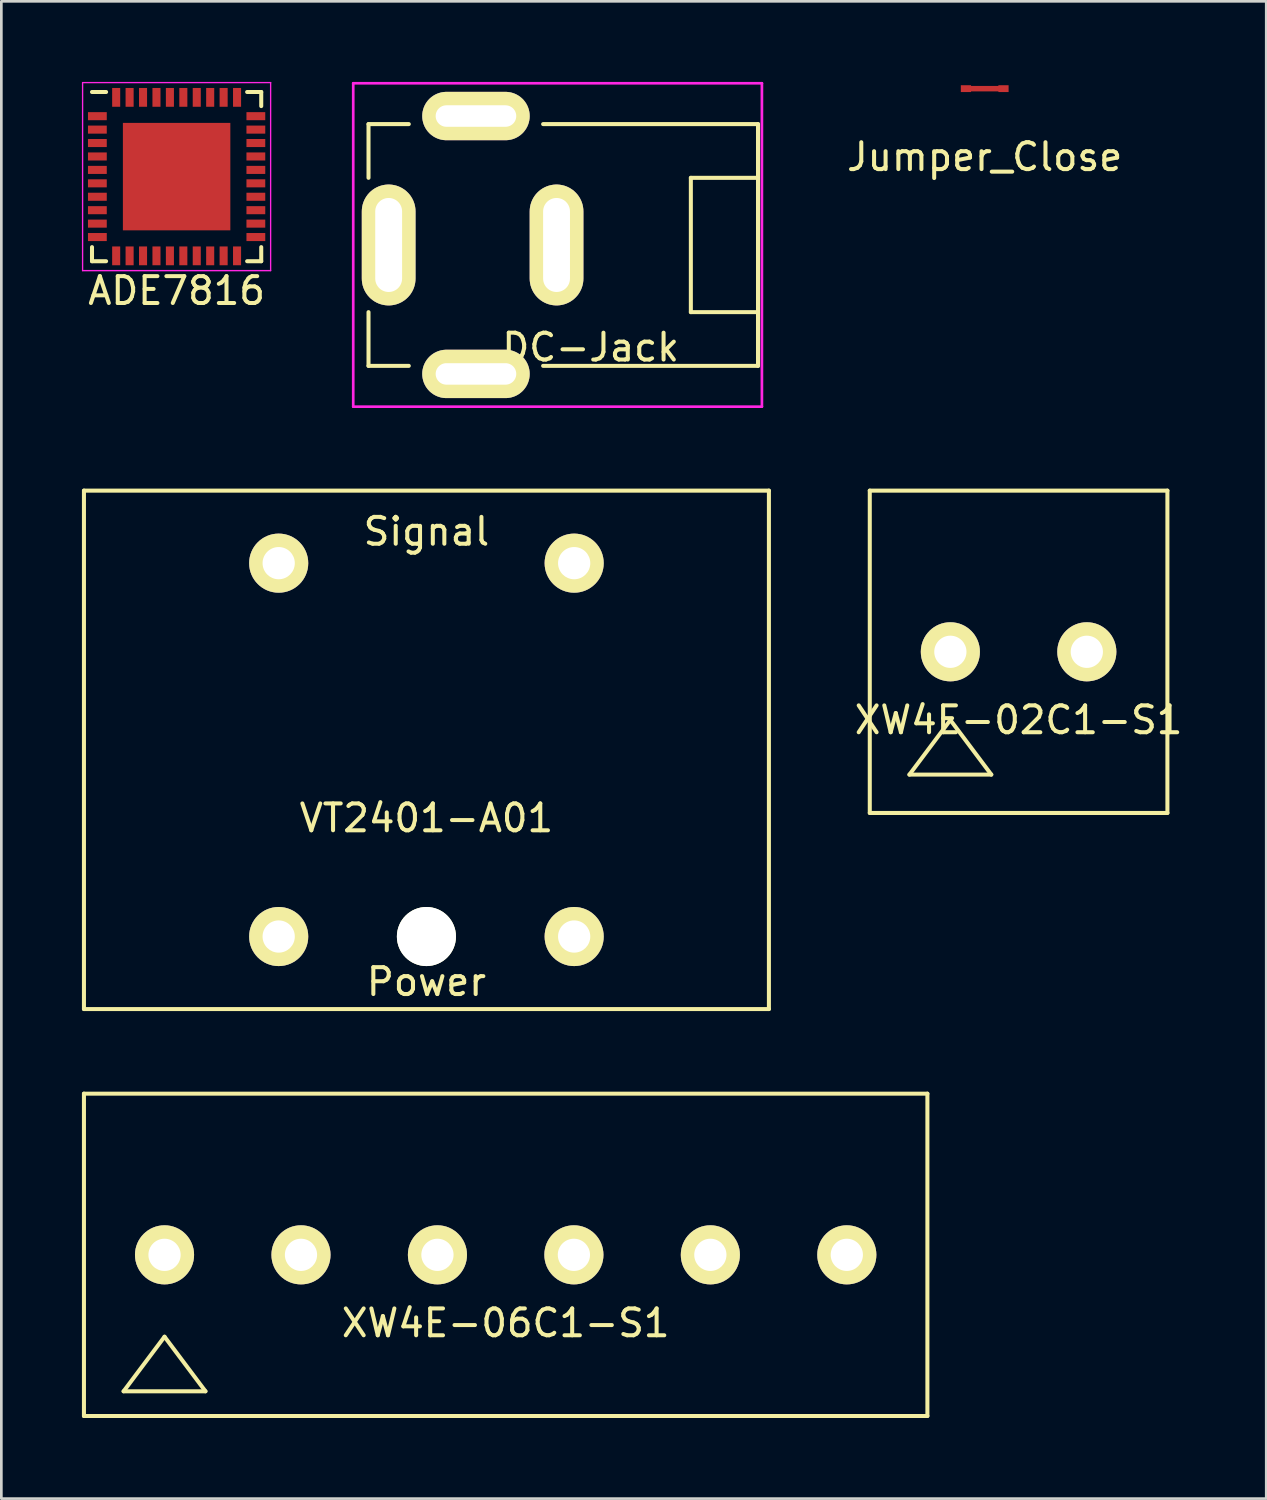
<source format=kicad_pcb>
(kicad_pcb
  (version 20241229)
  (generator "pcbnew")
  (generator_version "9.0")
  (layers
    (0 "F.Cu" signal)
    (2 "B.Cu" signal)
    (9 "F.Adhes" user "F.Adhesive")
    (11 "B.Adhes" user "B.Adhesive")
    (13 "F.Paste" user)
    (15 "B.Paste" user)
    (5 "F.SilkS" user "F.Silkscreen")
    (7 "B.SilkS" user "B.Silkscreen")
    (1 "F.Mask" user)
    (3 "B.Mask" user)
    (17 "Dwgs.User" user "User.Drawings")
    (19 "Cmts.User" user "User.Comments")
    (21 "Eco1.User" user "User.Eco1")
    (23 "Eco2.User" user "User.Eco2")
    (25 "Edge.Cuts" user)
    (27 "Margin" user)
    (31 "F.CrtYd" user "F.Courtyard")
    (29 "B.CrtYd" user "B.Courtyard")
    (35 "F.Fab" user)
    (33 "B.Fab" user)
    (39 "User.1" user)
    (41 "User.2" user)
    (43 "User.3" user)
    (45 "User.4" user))
  (footprint "Jumper_Close"
    (layer "F.Cu")
    (at 33.609 0.25)
    (property "Reference" "Jumper_Close" (at 0 2.54 0) (layer "F.SilkS") (effects (font (size 1 1) (thickness 0.15))))
    (attr through_hole)
    (fp_line (start 0.508 0) (end -0.508 0) (stroke (width 0.203) (type solid)) (layer "F.Cu"))
    (pad "1" connect rect (at -0.699 0) (size 0.381 0.254) (layers "F.Cu" "F.Mask"))
    (pad "2" connect rect (at 0.699 0) (size 0.381 0.254) (layers "F.Cu" "F.Mask")))
  (footprint "VT2401-A01"
    (layer "F.Cu")
    (at 12.825 24.865)
    (property "Reference" "VT2401-A01" (at 0 2.54 0) (layer "F.SilkS") (effects (font (size 1 1) (thickness 0.15))))
    (attr through_hole)
    (fp_line (start -12.75 -9.65) (end 12.75 -9.65) (stroke (width 0.15) (type solid)) (layer "F.SilkS"))
    (fp_line (start -12.75 9.65) (end -12.75 -9.65) (stroke (width 0.15) (type solid)) (layer "F.SilkS"))
    (fp_line (start 12.75 -9.65) (end 12.75 9.65) (stroke (width 0.15) (type solid)) (layer "F.SilkS"))
    (fp_line (start 12.75 9.65) (end -12.75 9.65) (stroke (width 0.15) (type solid)) (layer "F.SilkS"))
    (fp_text user "Signal" (at 0 -8.128 0) (layer "F.SilkS") (effects (font (size 1 1) (thickness 0.15))))
    (fp_text user "Power" (at 0 8.636 0) (layer "F.SilkS") (effects (font (size 1 1) (thickness 0.15))))
    (pad "" np_thru_hole circle (at 0 6.95) (size 2.2 2.2) (drill 2.2) (layers "*.Cu" "*.Mask" "F.SilkS"))
    (pad "1" thru_hole circle (at -5.5 6.95) (size 2.2 2.2) (drill 1.2) (layers "*.Cu" "*.Mask" "F.SilkS"))
    (pad "2" thru_hole circle (at 5.5 6.95) (size 2.2 2.2) (drill 1.2) (layers "*.Cu" "*.Mask" "F.SilkS"))
    (pad "3" thru_hole circle (at 5.5 -6.95) (size 2.2 2.2) (drill 1.2) (layers "*.Cu" "*.Mask" "F.SilkS"))
    (pad "4" thru_hole circle (at -5.5 -6.95) (size 2.2 2.2) (drill 1.2) (layers "*.Cu" "*.Mask" "F.SilkS")))
  (footprint "XW4E-02C1-S1"
    (layer "F.Cu")
    (at 34.87 21.215)
    (property "Reference" "XW4E-02C1-S1" (at 0 2.54 0) (layer "F.SilkS") (effects (font (size 1 1) (thickness 0.15))))
    (attr through_hole)
    (fp_line (start -5.54 -6) (end 5.54 -6) (stroke (width 0.15) (type solid)) (layer "F.SilkS"))
    (fp_line (start -5.54 6) (end -5.54 -6) (stroke (width 0.15) (type solid)) (layer "F.SilkS"))
    (fp_line (start -2.54 2.54) (end -4.064 4.572) (stroke (width 0.15) (type solid)) (layer "F.SilkS"))
    (fp_line (start -2.54 2.54) (end -1.016 4.572) (stroke (width 0.15) (type solid)) (layer "F.SilkS"))
    (fp_line (start -1.016 4.572) (end -4.064 4.572) (stroke (width 0.15) (type solid)) (layer "F.SilkS"))
    (fp_line (start 5.54 -6) (end 5.54 6) (stroke (width 0.15) (type solid)) (layer "F.SilkS"))
    (fp_line (start 5.54 6) (end -5.54 6) (stroke (width 0.15) (type solid)) (layer "F.SilkS"))
    (pad "1" thru_hole circle (at -2.54 0) (size 2.2 2.2) (drill 1.2) (layers "*.Cu" "*.Mask" "F.SilkS"))
    (pad "2" thru_hole circle (at 2.54 0) (size 2.2 2.2) (drill 1.2) (layers "*.Cu" "*.Mask" "F.SilkS")))
  (footprint "DC-Jack"
    (layer "F.Cu")
    (at 17.669 6.07)
    (property "Reference" "DC-Jack" (at 1.27 3.81 0) (layer "F.SilkS") (effects (font (size 1 1) (thickness 0.15))))
    (attr through_hole)
    (fp_line (start -7 -4.5) (end -5.5 -4.5) (stroke (width 0.15) (type solid)) (layer "F.SilkS"))
    (fp_line (start -7 -2.5) (end -7 -4.5) (stroke (width 0.15) (type solid)) (layer "F.SilkS"))
    (fp_line (start -7 4.5) (end -7 2.5) (stroke (width 0.15) (type solid)) (layer "F.SilkS"))
    (fp_line (start -7 4.5) (end -5.5 4.5) (stroke (width 0.15) (type solid)) (layer "F.SilkS"))
    (fp_line (start 5 -2.5) (end 5 2.5) (stroke (width 0.15) (type solid)) (layer "F.SilkS"))
    (fp_line (start 5 2.5) (end 7.5 2.5) (stroke (width 0.15) (type solid)) (layer "F.SilkS"))
    (fp_line (start 7.5 -4.5) (end -0.5 -4.5) (stroke (width 0.15) (type solid)) (layer "F.SilkS"))
    (fp_line (start 7.5 -4.5) (end 7.5 4.5) (stroke (width 0.15) (type solid)) (layer "F.SilkS"))
    (fp_line (start 7.5 -2.5) (end 5 -2.5) (stroke (width 0.15) (type solid)) (layer "F.SilkS"))
    (fp_line (start 7.5 4.5) (end -0.5 4.5) (stroke (width 0.15) (type solid)) (layer "F.SilkS"))
    (fp_line (start -7.569 -6.02) (end -7.569 6.02) (stroke (width 0.1) (type solid)) (layer "F.CrtYd"))
    (fp_line (start -7.569 -6.02) (end 7.645 -6.02) (stroke (width 0.1) (type solid)) (layer "F.CrtYd"))
    (fp_line (start -7.569 6.02) (end 7.645 6.02) (stroke (width 0.1) (type solid)) (layer "F.CrtYd"))
    (fp_line (start 7.645 -6.02) (end 7.645 6.02) (stroke (width 0.1) (type solid)) (layer "F.CrtYd"))
    (pad "" thru_hole oval (at -3 4.8) (size 4 1.8) (drill oval 3 0.8) (layers "*.Cu" "*.Mask" "F.SilkS"))
    (pad "1" thru_hole oval (at -6.25 0) (size 2 4.5) (drill oval 1 3.5) (layers "*.Cu" "*.Mask" "F.SilkS"))
    (pad "2" thru_hole oval (at 0 0) (size 2 4.5) (drill oval 1 3.5) (layers "*.Cu" "*.Mask" "F.SilkS"))
    (pad "3" thru_hole oval (at -3 -4.8) (size 4 1.8) (drill oval 3 0.8) (layers "*.Cu" "*.Mask" "F.SilkS")))
  (footprint "XW4E-06C1-S1"
    (layer "F.Cu")
    (at 15.775 43.665)
    (property "Reference" "XW4E-06C1-S1" (at 0 2.54 0) (layer "F.SilkS") (effects (font (size 1 1) (thickness 0.15))))
    (attr through_hole)
    (fp_line (start -15.7 -6) (end -15.7 6) (stroke (width 0.15) (type solid)) (layer "F.SilkS"))
    (fp_line (start -15.7 6) (end 15.7 6) (stroke (width 0.15) (type solid)) (layer "F.SilkS"))
    (fp_line (start -14.224 5.08) (end -11.176 5.08) (stroke (width 0.15) (type solid)) (layer "F.SilkS"))
    (fp_line (start -12.7 3.048) (end -14.224 5.08) (stroke (width 0.15) (type solid)) (layer "F.SilkS"))
    (fp_line (start -12.7 3.048) (end -11.176 5.08) (stroke (width 0.15) (type solid)) (layer "F.SilkS"))
    (fp_line (start 15.7 -6) (end -15.7 -6) (stroke (width 0.15) (type solid)) (layer "F.SilkS"))
    (fp_line (start 15.7 6) (end 15.7 -6) (stroke (width 0.15) (type solid)) (layer "F.SilkS"))
    (pad "1" thru_hole circle (at -12.7 0) (size 2.2 2.2) (drill 1.2) (layers "*.Cu" "*.Mask" "F.SilkS"))
    (pad "2" thru_hole circle (at -7.62 0) (size 2.2 2.2) (drill 1.2) (layers "*.Cu" "*.Mask" "F.SilkS"))
    (pad "3" thru_hole circle (at -2.54 0) (size 2.2 2.2) (drill 1.2) (layers "*.Cu" "*.Mask" "F.SilkS"))
    (pad "4" thru_hole circle (at 2.54 0) (size 2.2 2.2) (drill 1.2) (layers "*.Cu" "*.Mask" "F.SilkS"))
    (pad "5" thru_hole circle (at 7.62 0) (size 2.2 2.2) (drill 1.2) (layers "*.Cu" "*.Mask" "F.SilkS"))
    (pad "6" thru_hole circle (at 12.7 0) (size 2.2 2.2) (drill 1.2) (layers "*.Cu" "*.Mask" "F.SilkS")))
  (footprint "ADE7816"
    (layer "F.Cu")
    (at 3.525 3.525)
    (property "Reference" "ADE7816" (at 0 4.25 0) (layer "F.SilkS") (effects (font (size 1 1) (thickness 0.15))))
    (attr smd)
    (fp_line (start -3.15 -3.15) (end -2.625 -3.15) (stroke (width 0.15) (type solid)) (layer "F.SilkS"))
    (fp_line (start -3.15 3.15) (end -3.15 2.625) (stroke (width 0.15) (type solid)) (layer "F.SilkS"))
    (fp_line (start -3.15 3.15) (end -2.625 3.15) (stroke (width 0.15) (type solid)) (layer "F.SilkS"))
    (fp_line (start 3.15 -3.15) (end 2.625 -3.15) (stroke (width 0.15) (type solid)) (layer "F.SilkS"))
    (fp_line (start 3.15 -3.15) (end 3.15 -2.625) (stroke (width 0.15) (type solid)) (layer "F.SilkS"))
    (fp_line (start 3.15 3.15) (end 2.625 3.15) (stroke (width 0.15) (type solid)) (layer "F.SilkS"))
    (fp_line (start 3.15 3.15) (end 3.15 2.625) (stroke (width 0.15) (type solid)) (layer "F.SilkS"))
    (fp_line (start -3.5 -3.5) (end -3.5 3.5) (stroke (width 0.05) (type solid)) (layer "F.CrtYd"))
    (fp_line (start -3.5 -3.5) (end 3.5 -3.5) (stroke (width 0.05) (type solid)) (layer "F.CrtYd"))
    (fp_line (start -3.5 3.5) (end 3.5 3.5) (stroke (width 0.05) (type solid)) (layer "F.CrtYd"))
    (fp_line (start 3.5 -3.5) (end 3.5 3.5) (stroke (width 0.05) (type solid)) (layer "F.CrtYd"))
    (pad "1" smd rect (at -2.95 -2.25) (size 0.7 0.3) (layers "F.Cu" "F.Mask" "F.Paste"))
    (pad "2" smd rect (at -2.95 -1.75) (size 0.7 0.3) (layers "F.Cu" "F.Mask" "F.Paste"))
    (pad "3" smd rect (at -2.95 -1.25) (size 0.7 0.3) (layers "F.Cu" "F.Mask" "F.Paste"))
    (pad "4" smd rect (at -2.95 -0.75) (size 0.7 0.3) (layers "F.Cu" "F.Mask" "F.Paste"))
    (pad "5" smd rect (at -2.95 -0.25) (size 0.7 0.3) (layers "F.Cu" "F.Mask" "F.Paste"))
    (pad "6" smd rect (at -2.95 0.25) (size 0.7 0.3) (layers "F.Cu" "F.Mask" "F.Paste"))
    (pad "7" smd rect (at -2.95 0.75) (size 0.7 0.3) (layers "F.Cu" "F.Mask" "F.Paste"))
    (pad "8" smd rect (at -2.95 1.25) (size 0.7 0.3) (layers "F.Cu" "F.Mask" "F.Paste"))
    (pad "9" smd rect (at -2.95 1.75) (size 0.7 0.3) (layers "F.Cu" "F.Mask" "F.Paste"))
    (pad "10" smd rect (at -2.95 2.25) (size 0.7 0.3) (layers "F.Cu" "F.Mask" "F.Paste"))
    (pad "11" smd rect (at -2.25 2.95 90) (size 0.7 0.3) (layers "F.Cu" "F.Mask" "F.Paste"))
    (pad "12" smd rect (at -1.75 2.95 90) (size 0.7 0.3) (layers "F.Cu" "F.Mask" "F.Paste"))
    (pad "13" smd rect (at -1.25 2.95 90) (size 0.7 0.3) (layers "F.Cu" "F.Mask" "F.Paste"))
    (pad "14" smd rect (at -0.75 2.95 90) (size 0.7 0.3) (layers "F.Cu" "F.Mask" "F.Paste"))
    (pad "15" smd rect (at -0.25 2.95 90) (size 0.7 0.3) (layers "F.Cu" "F.Mask" "F.Paste"))
    (pad "16" smd rect (at 0.25 2.95 90) (size 0.7 0.3) (layers "F.Cu" "F.Mask" "F.Paste"))
    (pad "17" smd rect (at 0.75 2.95 90) (size 0.7 0.3) (layers "F.Cu" "F.Mask" "F.Paste"))
    (pad "18" smd rect (at 1.25 2.95 90) (size 0.7 0.3) (layers "F.Cu" "F.Mask" "F.Paste"))
    (pad "19" smd rect (at 1.75 2.95 90) (size 0.7 0.3) (layers "F.Cu" "F.Mask" "F.Paste"))
    (pad "20" smd rect (at 2.25 2.95 90) (size 0.7 0.3) (layers "F.Cu" "F.Mask" "F.Paste"))
    (pad "21" smd rect (at 2.95 2.25) (size 0.7 0.3) (layers "F.Cu" "F.Mask" "F.Paste"))
    (pad "22" smd rect (at 2.95 1.75) (size 0.7 0.3) (layers "F.Cu" "F.Mask" "F.Paste"))
    (pad "23" smd rect (at 2.95 1.25) (size 0.7 0.3) (layers "F.Cu" "F.Mask" "F.Paste"))
    (pad "24" smd rect (at 2.95 0.75) (size 0.7 0.3) (layers "F.Cu" "F.Mask" "F.Paste"))
    (pad "25" smd rect (at 2.95 0.25) (size 0.7 0.3) (layers "F.Cu" "F.Mask" "F.Paste"))
    (pad "26" smd rect (at 2.95 -0.25) (size 0.7 0.3) (layers "F.Cu" "F.Mask" "F.Paste"))
    (pad "27" smd rect (at 2.95 -0.75) (size 0.7 0.3) (layers "F.Cu" "F.Mask" "F.Paste"))
    (pad "28" smd rect (at 2.95 -1.25) (size 0.7 0.3) (layers "F.Cu" "F.Mask" "F.Paste"))
    (pad "29" smd rect (at 2.95 -1.75) (size 0.7 0.3) (layers "F.Cu" "F.Mask" "F.Paste"))
    (pad "30" smd rect (at 2.95 -2.25) (size 0.7 0.3) (layers "F.Cu" "F.Mask" "F.Paste"))
    (pad "31" smd rect (at 2.25 -2.95 90) (size 0.7 0.3) (layers "F.Cu" "F.Mask" "F.Paste"))
    (pad "32" smd rect (at 1.75 -2.95 90) (size 0.7 0.3) (layers "F.Cu" "F.Mask" "F.Paste"))
    (pad "33" smd rect (at 1.25 -2.95 90) (size 0.7 0.3) (layers "F.Cu" "F.Mask" "F.Paste"))
    (pad "34" smd rect (at 0.75 -2.95 90) (size 0.7 0.3) (layers "F.Cu" "F.Mask" "F.Paste"))
    (pad "35" smd rect (at 0.25 -2.95 90) (size 0.7 0.3) (layers "F.Cu" "F.Mask" "F.Paste"))
    (pad "36" smd rect (at -0.25 -2.95 90) (size 0.7 0.3) (layers "F.Cu" "F.Mask" "F.Paste"))
    (pad "37" smd rect (at -0.75 -2.95 90) (size 0.7 0.3) (layers "F.Cu" "F.Mask" "F.Paste"))
    (pad "38" smd rect (at -1.25 -2.95 90) (size 0.7 0.3) (layers "F.Cu" "F.Mask" "F.Paste"))
    (pad "39" smd rect (at -1.75 -2.95 90) (size 0.7 0.3) (layers "F.Cu" "F.Mask" "F.Paste"))
    (pad "40" smd rect (at -2.25 -2.95 90) (size 0.7 0.3) (layers "F.Cu" "F.Mask" "F.Paste"))
    (pad "41" smd rect (at 0 0) (size 4 4) (layers "F.Cu" "F.Mask" "F.Paste")))
  (gr_rect
    (start -3 -3)
    (end 44.09 52.74)
    (stroke (width 0.1) (type default))
    (fill no)
    (layer "Edge.Cuts")))
</source>
